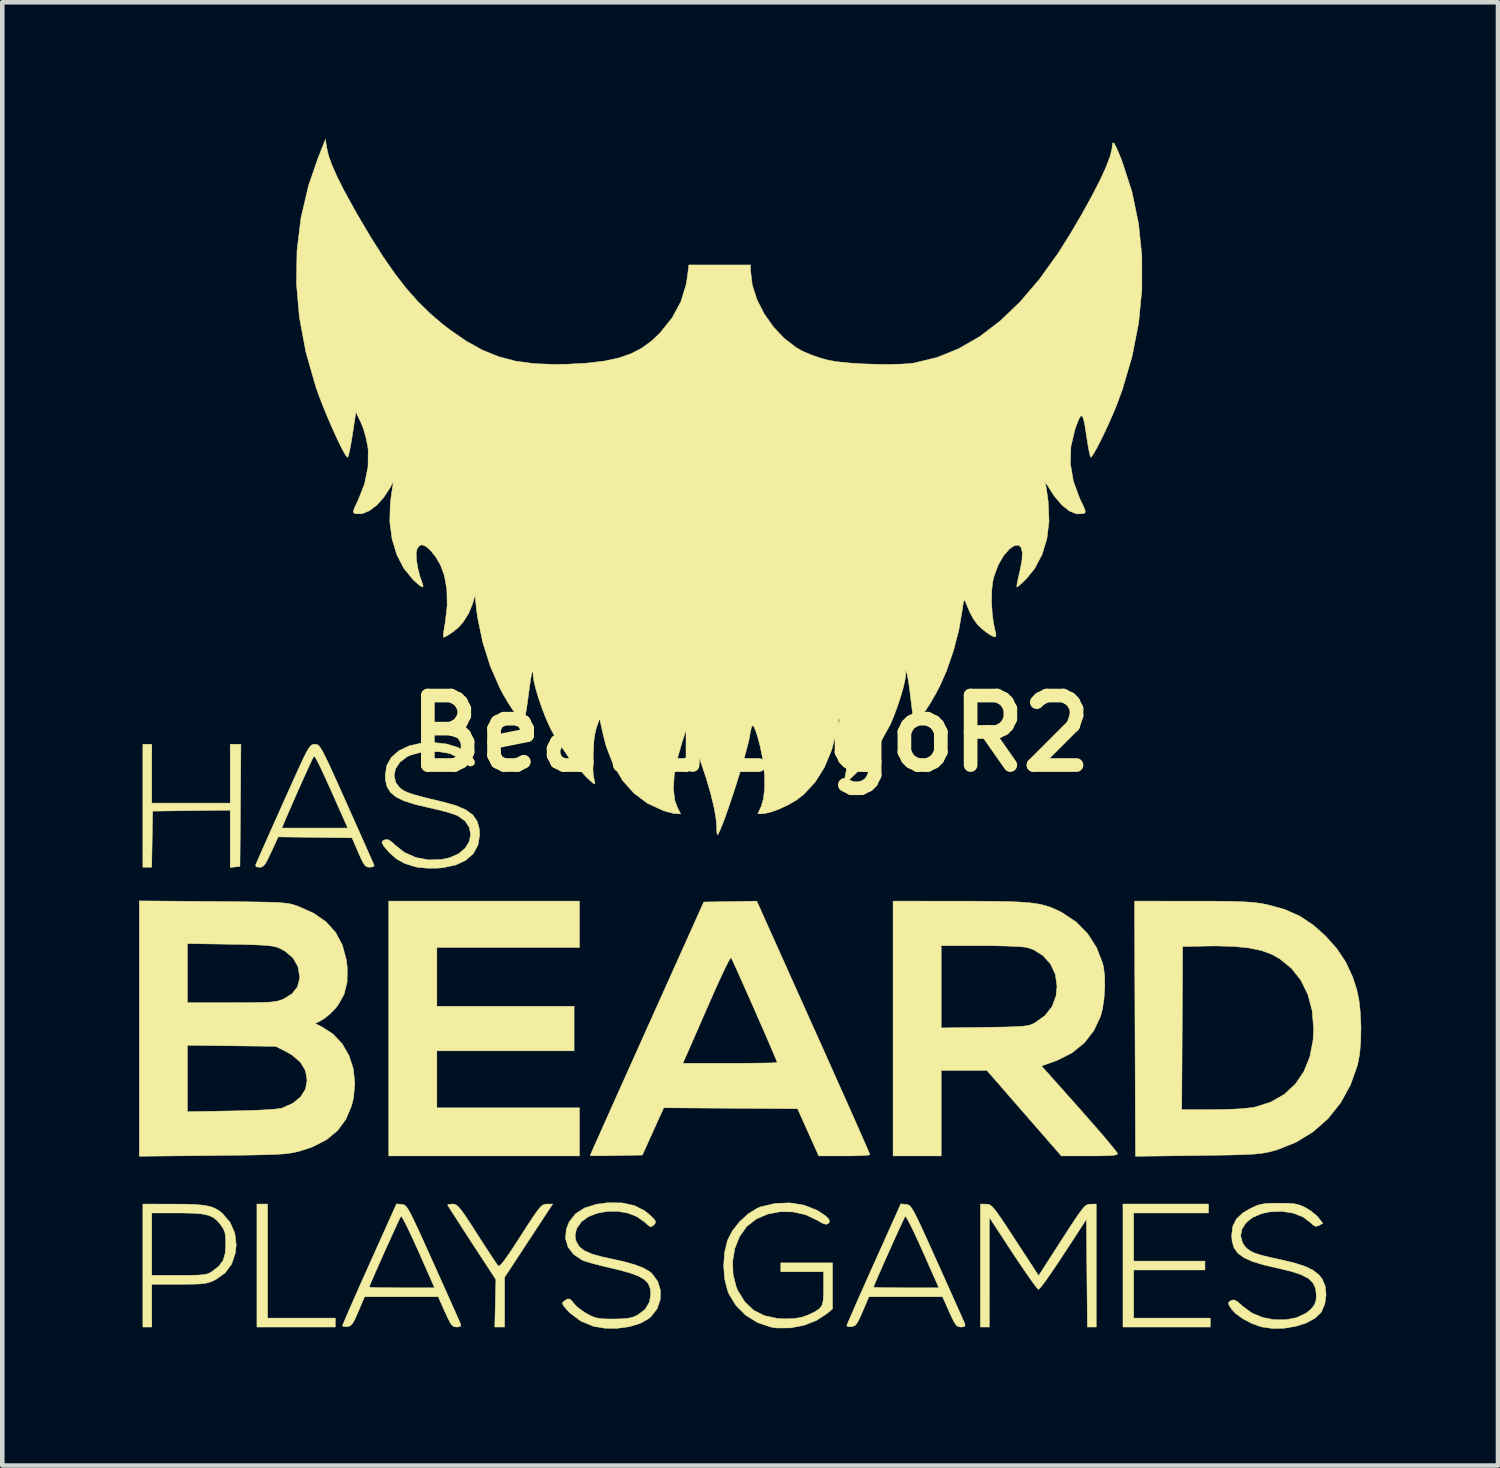
<source format=kicad_pcb>
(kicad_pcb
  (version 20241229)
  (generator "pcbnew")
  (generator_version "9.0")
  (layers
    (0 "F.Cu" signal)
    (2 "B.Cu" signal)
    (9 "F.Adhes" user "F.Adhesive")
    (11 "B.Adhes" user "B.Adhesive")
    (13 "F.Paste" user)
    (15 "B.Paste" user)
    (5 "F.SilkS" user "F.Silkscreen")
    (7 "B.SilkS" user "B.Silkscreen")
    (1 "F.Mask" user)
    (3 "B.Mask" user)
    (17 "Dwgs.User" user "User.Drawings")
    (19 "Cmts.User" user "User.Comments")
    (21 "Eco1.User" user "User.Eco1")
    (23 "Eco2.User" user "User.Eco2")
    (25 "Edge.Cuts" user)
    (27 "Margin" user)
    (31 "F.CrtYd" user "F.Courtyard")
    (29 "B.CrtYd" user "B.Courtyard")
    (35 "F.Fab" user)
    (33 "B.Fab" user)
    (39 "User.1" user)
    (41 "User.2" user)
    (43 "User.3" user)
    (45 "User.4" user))
  (footprint "BeardLogoR2"
    (layer "F.Cu")
    (at 13.408 13.037)
    (property "Reference" "BeardLogoR2" (at 0 0 0) (layer "F.SilkS") (effects (font (size 1.524 1.524) (thickness 0.3))))
    (attr through_hole)
    (fp_poly (pts (xy -10.59 12.817) (xy -9.105 12.817) (xy -9.105 13.013) (xy -10.824 13.013) (xy -10.824 10.316) (xy -10.59 10.316) (xy -10.59 12.817)) (stroke (width 0.01) (type solid)) (fill yes) (layer "F.SilkS"))
    (fp_poly (pts (xy -3.751 4.689) (xy -6.878 4.689) (xy -6.878 5.979) (xy -3.869 5.979) (xy -3.869 6.956) (xy -6.878 6.956) (xy -6.878 8.206) (xy -3.751 8.206) (xy -3.751 9.261) (xy -7.933 9.261) (xy -7.933 3.673) (xy -3.751 3.673) (xy -3.751 4.689)) (stroke (width 0.01) (type solid)) (fill yes) (layer "F.SilkS"))
    (fp_poly (pts (xy 10.043 10.512) (xy 8.402 10.512) (xy 8.402 11.567) (xy 9.965 11.567) (xy 9.965 11.762) (xy 8.402 11.762) (xy 8.402 12.817) (xy 10.082 12.817) (xy 10.082 13.013) (xy 8.167 13.013) (xy 8.167 10.316) (xy 10.043 10.316) (xy 10.043 10.512)) (stroke (width 0.01) (type solid)) (fill yes) (layer "F.SilkS"))
    (fp_poly (pts (xy -13.13 1.524) (xy -11.41 1.524) (xy -11.41 0.234) (xy -11.175 0.234) (xy -11.196 2.911) (xy -11.303 2.924) (xy -11.41 2.936) (xy -11.41 1.679) (xy -12.26 1.689) (xy -13.11 1.7) (xy -13.121 2.315) (xy -13.132 2.931) (xy -13.325 2.931) (xy -13.325 0.234) (xy -13.13 0.234) (xy -13.13 1.524)) (stroke (width 0.01) (type solid)) (fill yes) (layer "F.SilkS"))
    (fp_poly (pts (xy 7.581 13.013) (xy 7.387 13.013) (xy 7.376 11.831) (xy 7.366 10.65) (xy 6.863 11.421) (xy 6.72 11.638) (xy 6.588 11.832) (xy 6.476 11.992) (xy 6.388 12.11) (xy 6.332 12.177) (xy 6.316 12.189) (xy 6.283 12.157) (xy 6.214 12.068) (xy 6.116 11.932) (xy 5.994 11.756) (xy 5.856 11.552) (xy 5.754 11.398) (xy 5.237 10.609) (xy 5.237 11.811) (xy 5.236 13.013) (xy 5.041 13.013) (xy 5.041 10.316) (xy 5.168 10.318) (xy 5.21 10.321) (xy 5.249 10.335) (xy 5.292 10.367) (xy 5.346 10.425) (xy 5.416 10.517) (xy 5.509 10.651) (xy 5.631 10.834) (xy 5.788 11.075) (xy 5.806 11.103) (xy 6.318 11.887) (xy 6.822 11.103) (xy 6.982 10.856) (xy 7.106 10.667) (xy 7.2 10.529) (xy 7.271 10.433) (xy 7.325 10.371) (xy 7.369 10.337) (xy 7.408 10.322) (xy 7.449 10.318) (xy 7.454 10.318) (xy 7.581 10.316) (xy 7.581 13.013)) (stroke (width 0.01) (type solid)) (fill yes) (layer "F.SilkS"))
    (fp_poly (pts (xy -4.866 11.119) (xy -5.393 11.922) (xy -5.393 13.013) (xy -5.5 13.013) (xy -5.608 13.013) (xy -5.596 12.492) (xy -5.584 11.972) (xy -6.114 11.16) (xy -6.259 10.937) (xy -6.389 10.735) (xy -6.498 10.565) (xy -6.581 10.436) (xy -6.631 10.355) (xy -6.643 10.333) (xy -6.609 10.321) (xy -6.529 10.316) (xy -6.487 10.321) (xy -6.446 10.341) (xy -6.398 10.384) (xy -6.336 10.459) (xy -6.254 10.575) (xy -6.145 10.74) (xy -6.002 10.963) (xy -5.997 10.971) (xy -5.866 11.174) (xy -5.747 11.357) (xy -5.648 11.507) (xy -5.575 11.615) (xy -5.536 11.67) (xy -5.534 11.672) (xy -5.508 11.672) (xy -5.461 11.63) (xy -5.391 11.541) (xy -5.291 11.4) (xy -5.159 11.201) (xy -5.041 11.018) (xy -4.892 10.786) (xy -4.777 10.611) (xy -4.691 10.487) (xy -4.626 10.403) (xy -4.576 10.353) (xy -4.534 10.327) (xy -4.493 10.318) (xy -4.465 10.317) (xy -4.339 10.316) (xy -4.866 11.119)) (stroke (width 0.01) (type solid)) (fill yes) (layer "F.SilkS"))
    (fp_poly (pts (xy -12.671 10.317) (xy -12.377 10.319) (xy -12.15 10.328) (xy -11.975 10.345) (xy -11.84 10.373) (xy -11.734 10.415) (xy -11.642 10.472) (xy -11.583 10.52) (xy -11.412 10.719) (xy -11.309 10.952) (xy -11.278 11.212) (xy -11.297 11.39) (xy -11.378 11.631) (xy -11.522 11.826) (xy -11.726 11.971) (xy -11.735 11.976) (xy -11.816 12.014) (xy -11.892 12.041) (xy -11.979 12.058) (xy -12.092 12.069) (xy -12.247 12.073) (xy -12.46 12.075) (xy -12.532 12.075) (xy -13.13 12.075) (xy -13.13 13.013) (xy -13.325 13.013) (xy -13.325 10.512) (xy -13.13 10.512) (xy -13.13 11.879) (xy -12.53 11.879) (xy -12.298 11.879) (xy -12.131 11.875) (xy -12.013 11.867) (xy -11.93 11.853) (xy -11.869 11.832) (xy -11.814 11.8) (xy -11.801 11.791) (xy -11.656 11.676) (xy -11.566 11.554) (xy -11.521 11.402) (xy -11.508 11.199) (xy -11.512 11.043) (xy -11.527 10.937) (xy -11.562 10.854) (xy -11.621 10.768) (xy -11.699 10.677) (xy -11.784 10.609) (xy -11.887 10.563) (xy -12.023 10.534) (xy -12.204 10.518) (xy -12.445 10.512) (xy -12.562 10.512) (xy -13.13 10.512) (xy -13.325 10.512) (xy -13.325 10.316) (xy -12.671 10.317)) (stroke (width 0.01) (type solid)) (fill yes) (layer "F.SilkS"))
    (fp_poly (pts (xy 1.173 10.34) (xy 1.454 10.451) (xy 1.519 10.489) (xy 1.655 10.584) (xy 1.723 10.656) (xy 1.729 10.713) (xy 1.704 10.743) (xy 1.656 10.761) (xy 1.586 10.741) (xy 1.474 10.678) (xy 1.467 10.673) (xy 1.21 10.551) (xy 0.932 10.488) (xy 0.648 10.484) (xy 0.374 10.537) (xy 0.126 10.644) (xy -0.081 10.806) (xy -0.085 10.811) (xy -0.242 11.031) (xy -0.345 11.292) (xy -0.393 11.576) (xy -0.382 11.865) (xy -0.31 12.142) (xy -0.279 12.213) (xy -0.126 12.461) (xy 0.069 12.645) (xy 0.309 12.766) (xy 0.597 12.826) (xy 0.762 12.833) (xy 0.961 12.826) (xy 1.115 12.801) (xy 1.254 12.752) (xy 1.269 12.746) (xy 1.415 12.676) (xy 1.511 12.612) (xy 1.567 12.537) (xy 1.593 12.431) (xy 1.602 12.275) (xy 1.602 12.166) (xy 1.602 11.801) (xy 0.664 11.801) (xy 0.664 11.606) (xy 1.798 11.606) (xy 1.798 12.615) (xy 1.671 12.722) (xy 1.441 12.871) (xy 1.167 12.976) (xy 0.872 13.032) (xy 0.579 13.034) (xy 0.446 13.014) (xy 0.153 12.915) (xy -0.106 12.754) (xy -0.319 12.541) (xy -0.474 12.287) (xy -0.502 12.218) (xy -0.567 11.961) (xy -0.589 11.671) (xy -0.569 11.379) (xy -0.506 11.118) (xy -0.503 11.109) (xy -0.397 10.903) (xy -0.24 10.704) (xy -0.052 10.532) (xy 0.146 10.409) (xy 0.217 10.379) (xy 0.538 10.303) (xy 0.862 10.29) (xy 1.173 10.34)) (stroke (width 0.01) (type solid)) (fill yes) (layer "F.SilkS"))
    (fp_poly (pts (xy -7.645 10.324) (xy -7.613 10.329) (xy -7.583 10.343) (xy -7.551 10.371) (xy -7.514 10.422) (xy -7.468 10.502) (xy -7.409 10.618) (xy -7.333 10.777) (xy -7.236 10.987) (xy -7.116 11.253) (xy -6.967 11.583) (xy -6.955 11.609) (xy -6.822 11.905) (xy -6.698 12.181) (xy -6.588 12.428) (xy -6.495 12.636) (xy -6.423 12.798) (xy -6.376 12.905) (xy -6.358 12.947) (xy -6.356 12.995) (xy -6.411 13.012) (xy -6.443 13.013) (xy -6.497 13.006) (xy -6.542 12.979) (xy -6.587 12.917) (xy -6.643 12.806) (xy -6.701 12.68) (xy -6.849 12.348) (xy -8.463 12.348) (xy -8.6 12.671) (xy -8.668 12.827) (xy -8.721 12.925) (xy -8.767 12.978) (xy -8.817 13.001) (xy -8.842 13.005) (xy -8.919 13.004) (xy -8.949 12.986) (xy -8.933 12.944) (xy -8.889 12.839) (xy -8.82 12.679) (xy -8.729 12.472) (xy -8.621 12.227) (xy -8.582 12.138) (xy -8.362 12.138) (xy -8.325 12.143) (xy -8.222 12.147) (xy -8.066 12.15) (xy -7.867 12.152) (xy -7.645 12.153) (xy -6.928 12.153) (xy -7.282 11.352) (xy -7.385 11.123) (xy -7.479 10.922) (xy -7.558 10.759) (xy -7.619 10.644) (xy -7.656 10.585) (xy -7.664 10.58) (xy -7.686 10.621) (xy -7.733 10.721) (xy -7.8 10.866) (xy -7.881 11.043) (xy -7.971 11.241) (xy -8.063 11.447) (xy -8.152 11.647) (xy -8.232 11.828) (xy -8.298 11.979) (xy -8.343 12.086) (xy -8.362 12.137) (xy -8.362 12.138) (xy -8.582 12.138) (xy -8.498 11.95) (xy -8.364 11.651) (xy -8.356 11.633) (xy -7.763 10.312) (xy -7.645 10.324)) (stroke (width 0.01) (type solid)) (fill yes) (layer "F.SilkS"))
    (fp_poly (pts (xy 3.414 10.324) (xy 3.446 10.329) (xy 3.476 10.343) (xy 3.507 10.371) (xy 3.544 10.422) (xy 3.591 10.502) (xy 3.65 10.618) (xy 3.726 10.777) (xy 3.823 10.987) (xy 3.943 11.253) (xy 4.092 11.583) (xy 4.104 11.609) (xy 4.237 11.905) (xy 4.36 12.181) (xy 4.471 12.428) (xy 4.564 12.636) (xy 4.636 12.798) (xy 4.683 12.905) (xy 4.701 12.947) (xy 4.703 12.995) (xy 4.648 13.012) (xy 4.616 13.013) (xy 4.561 13.006) (xy 4.517 12.979) (xy 4.472 12.917) (xy 4.415 12.806) (xy 4.358 12.68) (xy 4.21 12.348) (xy 2.596 12.348) (xy 2.459 12.671) (xy 2.39 12.827) (xy 2.338 12.925) (xy 2.292 12.978) (xy 2.241 13.001) (xy 2.217 13.005) (xy 2.139 13.004) (xy 2.11 12.986) (xy 2.125 12.944) (xy 2.169 12.839) (xy 2.239 12.679) (xy 2.329 12.472) (xy 2.438 12.227) (xy 2.477 12.14) (xy 2.696 12.14) (xy 2.733 12.144) (xy 2.836 12.147) (xy 2.993 12.15) (xy 3.191 12.152) (xy 3.413 12.153) (xy 4.131 12.153) (xy 3.776 11.353) (xy 3.673 11.124) (xy 3.579 10.923) (xy 3.499 10.76) (xy 3.438 10.644) (xy 3.401 10.586) (xy 3.393 10.581) (xy 3.372 10.622) (xy 3.325 10.721) (xy 3.258 10.865) (xy 3.177 11.043) (xy 3.088 11.241) (xy 2.996 11.447) (xy 2.907 11.647) (xy 2.827 11.829) (xy 2.761 11.98) (xy 2.716 12.087) (xy 2.697 12.138) (xy 2.696 12.14) (xy 2.477 12.14) (xy 2.561 11.95) (xy 2.695 11.651) (xy 2.703 11.633) (xy 3.296 10.312) (xy 3.414 10.324)) (stroke (width 0.01) (type solid)) (fill yes) (layer "F.SilkS"))
    (fp_poly (pts (xy 9.691 3.674) (xy 10.055 3.674) (xy 10.352 3.676) (xy 10.591 3.68) (xy 10.784 3.687) (xy 10.941 3.696) (xy 11.073 3.708) (xy 11.189 3.724) (xy 11.301 3.744) (xy 11.324 3.749) (xy 11.707 3.853) (xy 12.039 3.999) (xy 12.342 4.2) (xy 12.605 4.434) (xy 12.859 4.718) (xy 13.054 5.012) (xy 13.205 5.34) (xy 13.293 5.609) (xy 13.342 5.844) (xy 13.373 6.129) (xy 13.386 6.437) (xy 13.381 6.746) (xy 13.357 7.028) (xy 13.313 7.261) (xy 13.311 7.268) (xy 13.155 7.707) (xy 12.938 8.099) (xy 12.664 8.442) (xy 12.338 8.73) (xy 11.963 8.96) (xy 11.545 9.127) (xy 11.461 9.151) (xy 11.373 9.174) (xy 11.284 9.192) (xy 11.184 9.207) (xy 11.065 9.219) (xy 10.916 9.228) (xy 10.729 9.235) (xy 10.492 9.241) (xy 10.198 9.246) (xy 9.836 9.251) (xy 9.799 9.252) (xy 8.442 9.269) (xy 8.438 8.245) (xy 9.456 8.245) (xy 10.13 8.245) (xy 10.473 8.24) (xy 10.759 8.226) (xy 10.98 8.203) (xy 11.07 8.188) (xy 11.411 8.079) (xy 11.704 7.911) (xy 11.946 7.687) (xy 12.134 7.411) (xy 12.265 7.087) (xy 12.336 6.719) (xy 12.348 6.467) (xy 12.316 6.078) (xy 12.222 5.724) (xy 12.07 5.411) (xy 11.862 5.147) (xy 11.603 4.936) (xy 11.425 4.838) (xy 11.206 4.758) (xy 10.936 4.701) (xy 10.61 4.668) (xy 10.219 4.656) (xy 9.983 4.659) (xy 9.476 4.67) (xy 9.466 6.457) (xy 9.456 8.245) (xy 8.438 8.245) (xy 8.431 6.471) (xy 8.421 3.673) (xy 9.691 3.674)) (stroke (width 0.01) (type solid)) (fill yes) (layer "F.SilkS"))
    (fp_poly (pts (xy 4.582 3.674) (xy 5.007 3.675) (xy 5.362 3.678) (xy 5.657 3.683) (xy 5.9 3.693) (xy 6.1 3.708) (xy 6.266 3.728) (xy 6.406 3.756) (xy 6.53 3.791) (xy 6.645 3.836) (xy 6.761 3.89) (xy 6.84 3.931) (xy 7.142 4.132) (xy 7.394 4.39) (xy 7.589 4.694) (xy 7.72 5.033) (xy 7.742 5.124) (xy 7.766 5.32) (xy 7.769 5.558) (xy 7.752 5.808) (xy 7.718 6.039) (xy 7.678 6.194) (xy 7.529 6.512) (xy 7.32 6.781) (xy 7.052 6.999) (xy 6.727 7.164) (xy 6.662 7.188) (xy 6.381 7.288) (xy 7.216 8.226) (xy 7.418 8.455) (xy 7.604 8.667) (xy 7.765 8.855) (xy 7.895 9.011) (xy 7.99 9.127) (xy 8.042 9.196) (xy 8.05 9.212) (xy 8.03 9.232) (xy 7.965 9.246) (xy 7.847 9.255) (xy 7.667 9.26) (xy 7.433 9.261) (xy 6.816 9.261) (xy 5.999 8.323) (xy 5.183 7.386) (xy 4.181 7.386) (xy 4.181 9.261) (xy 3.126 9.261) (xy 3.126 6.454) (xy 4.181 6.454) (xy 5.129 6.441) (xy 5.428 6.437) (xy 5.66 6.432) (xy 5.835 6.425) (xy 5.964 6.417) (xy 6.059 6.405) (xy 6.129 6.389) (xy 6.186 6.367) (xy 6.233 6.344) (xy 6.456 6.185) (xy 6.612 5.987) (xy 6.7 5.75) (xy 6.721 5.538) (xy 6.685 5.283) (xy 6.581 5.057) (xy 6.419 4.872) (xy 6.207 4.739) (xy 6.076 4.693) (xy 5.988 4.679) (xy 5.833 4.668) (xy 5.626 4.659) (xy 5.378 4.653) (xy 5.102 4.65) (xy 5.051 4.65) (xy 4.181 4.65) (xy 4.181 6.454) (xy 3.126 6.454) (xy 3.126 3.673) (xy 4.582 3.674)) (stroke (width 0.01) (type solid)) (fill yes) (layer "F.SilkS"))
    (fp_poly (pts (xy -9.524 0.236) (xy -9.495 0.245) (xy -9.466 0.267) (xy -9.431 0.311) (xy -9.388 0.382) (xy -9.334 0.487) (xy -9.263 0.633) (xy -9.173 0.828) (xy -9.06 1.077) (xy -8.921 1.388) (xy -8.851 1.545) (xy -8.717 1.844) (xy -8.593 2.122) (xy -8.483 2.369) (xy -8.39 2.578) (xy -8.318 2.741) (xy -8.271 2.848) (xy -8.252 2.893) (xy -8.252 2.893) (xy -8.275 2.92) (xy -8.349 2.93) (xy -8.405 2.924) (xy -8.45 2.896) (xy -8.494 2.833) (xy -8.55 2.721) (xy -8.599 2.608) (xy -8.739 2.286) (xy -9.548 2.275) (xy -10.358 2.265) (xy -10.511 2.598) (xy -10.586 2.755) (xy -10.641 2.854) (xy -10.687 2.907) (xy -10.733 2.928) (xy -10.768 2.931) (xy -10.841 2.921) (xy -10.852 2.881) (xy -10.846 2.862) (xy -10.824 2.812) (xy -10.774 2.699) (xy -10.7 2.531) (xy -10.605 2.318) (xy -10.496 2.071) (xy -10.278 2.071) (xy -8.832 2.071) (xy -8.932 1.846) (xy -9.093 1.483) (xy -9.226 1.186) (xy -9.333 0.95) (xy -9.417 0.769) (xy -9.48 0.639) (xy -9.526 0.553) (xy -9.556 0.507) (xy -9.573 0.495) (xy -9.575 0.496) (xy -9.599 0.539) (xy -9.647 0.642) (xy -9.717 0.792) (xy -9.801 0.979) (xy -9.895 1.189) (xy -9.994 1.412) (xy -10.091 1.635) (xy -10.183 1.846) (xy -10.224 1.944) (xy -10.278 2.071) (xy -10.496 2.071) (xy -10.494 2.068) (xy -10.369 1.789) (xy -10.247 1.514) (xy -10.096 1.179) (xy -9.974 0.908) (xy -9.876 0.694) (xy -9.8 0.531) (xy -9.74 0.412) (xy -9.693 0.33) (xy -9.656 0.279) (xy -9.625 0.25) (xy -9.596 0.238) (xy -9.566 0.235) (xy -9.555 0.235) (xy -9.524 0.236)) (stroke (width 0.01) (type solid)) (fill yes) (layer "F.SilkS"))
    (fp_poly (pts (xy 1.377 6.438) (xy 1.574 6.876) (xy 1.76 7.293) (xy 1.935 7.685) (xy 2.095 8.044) (xy 2.239 8.366) (xy 2.363 8.646) (xy 2.465 8.878) (xy 2.543 9.056) (xy 2.595 9.175) (xy 2.617 9.23) (xy 2.618 9.233) (xy 2.581 9.243) (xy 2.48 9.251) (xy 2.329 9.258) (xy 2.14 9.261) (xy 2.057 9.261) (xy 1.496 9.261) (xy 1.264 8.743) (xy 1.031 8.226) (xy -0.436 8.215) (xy -1.903 8.205) (xy -2.137 8.723) (xy -2.372 9.242) (xy -2.944 9.253) (xy -3.146 9.256) (xy -3.316 9.257) (xy -3.442 9.256) (xy -3.509 9.253) (xy -3.517 9.251) (xy -3.501 9.215) (xy -3.456 9.112) (xy -3.384 8.95) (xy -3.286 8.732) (xy -3.167 8.464) (xy -3.028 8.153) (xy -2.871 7.803) (xy -2.699 7.42) (xy -2.613 7.229) (xy -1.484 7.229) (xy -0.449 7.229) (xy -0.174 7.229) (xy 0.074 7.227) (xy 0.284 7.224) (xy 0.446 7.221) (xy 0.55 7.217) (xy 0.586 7.213) (xy 0.571 7.171) (xy 0.528 7.069) (xy 0.463 6.916) (xy 0.38 6.723) (xy 0.284 6.501) (xy 0.178 6.261) (xy 0.069 6.011) (xy -0.041 5.764) (xy -0.145 5.53) (xy -0.239 5.319) (xy -0.319 5.141) (xy -0.38 5.008) (xy -0.418 4.929) (xy -0.427 4.912) (xy -0.45 4.938) (xy -0.499 5.027) (xy -0.57 5.17) (xy -0.658 5.358) (xy -0.761 5.582) (xy -0.871 5.831) (xy -0.988 6.098) (xy -1.1 6.354) (xy -1.201 6.586) (xy -1.287 6.782) (xy -1.351 6.929) (xy -1.385 7.005) (xy -1.484 7.229) (xy -2.613 7.229) (xy -2.514 7.009) (xy -2.32 6.575) (xy -2.271 6.466) (xy -1.025 3.693) (xy 0.137 3.673) (xy 1.377 6.438)) (stroke (width 0.01) (type solid)) (fill yes) (layer "F.SilkS"))
    (fp_poly (pts (xy -6.675 0.225) (xy -6.425 0.3) (xy -6.232 0.409) (xy -6.101 0.524) (xy -6.046 0.615) (xy -6.064 0.681) (xy -6.091 0.701) (xy -6.149 0.715) (xy -6.214 0.687) (xy -6.303 0.611) (xy -6.43 0.518) (xy -6.579 0.444) (xy -6.62 0.431) (xy -6.817 0.398) (xy -7.04 0.395) (xy -7.262 0.42) (xy -7.452 0.471) (xy -7.529 0.505) (xy -7.687 0.626) (xy -7.783 0.768) (xy -7.815 0.92) (xy -7.78 1.069) (xy -7.704 1.173) (xy -7.654 1.217) (xy -7.596 1.256) (xy -7.517 1.292) (xy -7.407 1.33) (xy -7.255 1.373) (xy -7.05 1.425) (xy -6.781 1.49) (xy -6.747 1.497) (xy -6.46 1.578) (xy -6.244 1.671) (xy -6.091 1.783) (xy -5.995 1.92) (xy -5.948 2.088) (xy -5.94 2.216) (xy -5.976 2.441) (xy -6.077 2.629) (xy -6.243 2.777) (xy -6.467 2.882) (xy -6.749 2.941) (xy -6.858 2.95) (xy -7.083 2.952) (xy -7.283 2.934) (xy -7.366 2.917) (xy -7.588 2.845) (xy -7.76 2.75) (xy -7.913 2.616) (xy -7.945 2.581) (xy -8.04 2.47) (xy -8.081 2.398) (xy -8.07 2.354) (xy -8.012 2.325) (xy -8.011 2.325) (xy -7.939 2.328) (xy -7.854 2.386) (xy -7.806 2.434) (xy -7.594 2.603) (xy -7.34 2.716) (xy -7.06 2.769) (xy -6.769 2.759) (xy -6.6 2.722) (xy -6.402 2.635) (xy -6.257 2.513) (xy -6.168 2.368) (xy -6.137 2.212) (xy -6.166 2.058) (xy -6.258 1.918) (xy -6.415 1.805) (xy -6.427 1.798) (xy -6.529 1.76) (xy -6.685 1.713) (xy -6.873 1.665) (xy -7.047 1.625) (xy -7.358 1.552) (xy -7.598 1.475) (xy -7.775 1.388) (xy -7.896 1.287) (xy -7.971 1.166) (xy -8.006 1.018) (xy -8.01 0.918) (xy -7.978 0.702) (xy -7.879 0.523) (xy -7.71 0.375) (xy -7.709 0.375) (xy -7.488 0.269) (xy -7.228 0.21) (xy -6.95 0.195) (xy -6.675 0.225)) (stroke (width 0.01) (type solid)) (fill yes) (layer "F.SilkS"))
    (fp_poly (pts (xy 11.778 10.299) (xy 11.915 10.309) (xy 12.019 10.331) (xy 12.114 10.368) (xy 12.169 10.394) (xy 12.298 10.476) (xy 12.413 10.571) (xy 12.454 10.616) (xy 12.549 10.74) (xy 12.466 10.785) (xy 12.399 10.807) (xy 12.339 10.779) (xy 12.292 10.733) (xy 12.121 10.602) (xy 11.9 10.515) (xy 11.648 10.476) (xy 11.382 10.488) (xy 11.207 10.526) (xy 11.01 10.61) (xy 10.865 10.727) (xy 10.775 10.866) (xy 10.748 11.015) (xy 10.788 11.165) (xy 10.839 11.242) (xy 10.898 11.302) (xy 10.969 11.351) (xy 11.065 11.395) (xy 11.2 11.438) (xy 11.385 11.484) (xy 11.634 11.539) (xy 11.656 11.543) (xy 11.947 11.613) (xy 12.17 11.687) (xy 12.339 11.77) (xy 12.464 11.869) (xy 12.536 11.958) (xy 12.602 12.116) (xy 12.621 12.308) (xy 12.594 12.503) (xy 12.522 12.675) (xy 12.507 12.697) (xy 12.375 12.822) (xy 12.186 12.924) (xy 11.957 12.997) (xy 11.706 13.039) (xy 11.451 13.045) (xy 11.21 13.011) (xy 11.173 13.001) (xy 10.976 12.927) (xy 10.788 12.826) (xy 10.633 12.712) (xy 10.553 12.625) (xy 10.493 12.535) (xy 10.479 12.484) (xy 10.51 12.449) (xy 10.545 12.429) (xy 10.597 12.417) (xy 10.658 12.442) (xy 10.746 12.514) (xy 10.798 12.563) (xy 10.995 12.706) (xy 11.227 12.803) (xy 11.479 12.852) (xy 11.732 12.854) (xy 11.971 12.808) (xy 12.178 12.713) (xy 12.294 12.618) (xy 12.368 12.523) (xy 12.401 12.422) (xy 12.407 12.311) (xy 12.39 12.166) (xy 12.336 12.047) (xy 12.235 11.949) (xy 12.08 11.867) (xy 11.863 11.794) (xy 11.577 11.726) (xy 11.567 11.724) (xy 11.247 11.649) (xy 10.999 11.573) (xy 10.813 11.488) (xy 10.683 11.39) (xy 10.601 11.273) (xy 10.56 11.132) (xy 10.551 11) (xy 10.575 10.804) (xy 10.653 10.645) (xy 10.794 10.512) (xy 10.961 10.414) (xy 11.078 10.359) (xy 11.178 10.325) (xy 11.287 10.306) (xy 11.43 10.298) (xy 11.587 10.297) (xy 11.778 10.299)) (stroke (width 0.01) (type solid)) (fill yes) (layer "F.SilkS"))
    (fp_poly (pts (xy -2.819 10.291) (xy -2.549 10.349) (xy -2.322 10.463) (xy -2.214 10.551) (xy -2.124 10.638) (xy -2.084 10.693) (xy -2.086 10.732) (xy -2.12 10.772) (xy -2.165 10.809) (xy -2.206 10.809) (xy -2.267 10.762) (xy -2.319 10.713) (xy -2.489 10.592) (xy -2.693 10.513) (xy -2.916 10.475) (xy -3.144 10.477) (xy -3.362 10.517) (xy -3.555 10.593) (xy -3.709 10.703) (xy -3.808 10.847) (xy -3.819 10.877) (xy -3.847 10.995) (xy -3.835 11.096) (xy -3.811 11.16) (xy -3.747 11.259) (xy -3.64 11.341) (xy -3.48 11.411) (xy -3.258 11.473) (xy -3.107 11.506) (xy -2.788 11.576) (xy -2.538 11.646) (xy -2.35 11.718) (xy -2.214 11.796) (xy -2.159 11.843) (xy -2.034 12.015) (xy -1.974 12.211) (xy -1.98 12.415) (xy -2.048 12.611) (xy -2.179 12.782) (xy -2.239 12.833) (xy -2.423 12.934) (xy -2.658 13.005) (xy -2.921 13.041) (xy -3.188 13.04) (xy -3.438 12.999) (xy -3.441 12.998) (xy -3.721 12.883) (xy -3.962 12.702) (xy -4.027 12.633) (xy -4.1 12.546) (xy -4.125 12.496) (xy -4.108 12.461) (xy -4.081 12.439) (xy -4.008 12.396) (xy -3.954 12.404) (xy -3.893 12.47) (xy -3.874 12.497) (xy -3.796 12.577) (xy -3.678 12.666) (xy -3.588 12.722) (xy -3.482 12.777) (xy -3.388 12.811) (xy -3.283 12.829) (xy -3.141 12.836) (xy -3.009 12.837) (xy -2.819 12.833) (xy -2.684 12.821) (xy -2.581 12.797) (xy -2.486 12.755) (xy -2.472 12.748) (xy -2.31 12.624) (xy -2.215 12.462) (xy -2.188 12.289) (xy -2.201 12.161) (xy -2.245 12.056) (xy -2.33 11.969) (xy -2.462 11.893) (xy -2.651 11.824) (xy -2.906 11.755) (xy -3.05 11.721) (xy -3.253 11.673) (xy -3.439 11.625) (xy -3.589 11.582) (xy -3.684 11.549) (xy -3.692 11.545) (xy -3.88 11.419) (xy -4.003 11.257) (xy -4.057 11.069) (xy -4.039 10.864) (xy -3.976 10.707) (xy -3.839 10.532) (xy -3.639 10.402) (xy -3.377 10.32) (xy -3.14 10.288) (xy -2.819 10.291)) (stroke (width 0.01) (type solid)) (fill yes) (layer "F.SilkS"))
    (fp_poly (pts (xy -11.791 3.681) (xy -11.393 3.684) (xy -11.065 3.688) (xy -10.799 3.692) (xy -10.586 3.696) (xy -10.418 3.702) (xy -10.288 3.71) (xy -10.187 3.719) (xy -10.107 3.732) (xy -10.04 3.748) (xy -9.977 3.767) (xy -9.926 3.785) (xy -9.583 3.937) (xy -9.308 4.128) (xy -9.098 4.361) (xy -8.95 4.639) (xy -8.863 4.963) (xy -8.842 5.141) (xy -8.847 5.451) (xy -8.914 5.72) (xy -9.047 5.956) (xy -9.109 6.032) (xy -9.221 6.145) (xy -9.339 6.243) (xy -9.41 6.288) (xy -9.549 6.359) (xy -9.409 6.425) (xy -9.159 6.586) (xy -8.956 6.8) (xy -8.806 7.058) (xy -8.711 7.349) (xy -8.677 7.662) (xy -8.706 7.988) (xy -8.749 8.163) (xy -8.874 8.458) (xy -9.055 8.704) (xy -9.296 8.904) (xy -9.599 9.06) (xy -9.868 9.15) (xy -9.949 9.171) (xy -10.03 9.189) (xy -10.118 9.203) (xy -10.221 9.215) (xy -10.35 9.224) (xy -10.511 9.231) (xy -10.713 9.237) (xy -10.966 9.242) (xy -11.277 9.246) (xy -11.655 9.25) (xy -11.791 9.252) (xy -13.403 9.268) (xy -13.403 8.291) (xy -12.348 8.291) (xy -11.381 8.274) (xy -11.068 8.267) (xy -10.792 8.257) (xy -10.564 8.245) (xy -10.393 8.231) (xy -10.288 8.216) (xy -10.273 8.212) (xy -10.038 8.107) (xy -9.866 7.967) (xy -9.759 7.795) (xy -9.724 7.6) (xy -9.76 7.39) (xy -9.87 7.206) (xy -10.054 7.048) (xy -10.181 6.975) (xy -10.414 6.858) (xy -12.348 6.834) (xy -12.348 8.291) (xy -13.403 8.291) (xy -13.403 5.901) (xy -12.348 5.901) (xy -11.388 5.901) (xy -11.086 5.9) (xy -10.851 5.898) (xy -10.672 5.894) (xy -10.538 5.888) (xy -10.438 5.877) (xy -10.36 5.862) (xy -10.294 5.841) (xy -10.236 5.818) (xy -10.054 5.705) (xy -9.936 5.555) (xy -9.888 5.372) (xy -9.886 5.338) (xy -9.922 5.115) (xy -10.027 4.927) (xy -10.2 4.775) (xy -10.336 4.702) (xy -10.399 4.68) (xy -10.477 4.662) (xy -10.582 4.648) (xy -10.725 4.638) (xy -10.916 4.63) (xy -11.165 4.623) (xy -11.42 4.619) (xy -12.348 4.604) (xy -12.348 5.901) (xy -13.403 5.901) (xy -13.403 3.668) (xy -11.791 3.681)) (stroke (width 0.01) (type solid)) (fill yes) (layer "F.SilkS"))
    (fp_poly (pts (xy -9.295 -12.854) (xy -9.256 -12.681) (xy -9.18 -12.469) (xy -9.066 -12.212) (xy -8.912 -11.905) (xy -8.713 -11.543) (xy -8.621 -11.38) (xy -8.33 -10.887) (xy -8.058 -10.458) (xy -7.8 -10.086) (xy -7.547 -9.76) (xy -7.293 -9.473) (xy -7.03 -9.215) (xy -6.752 -8.977) (xy -6.599 -8.859) (xy -6.234 -8.607) (xy -5.881 -8.411) (xy -5.524 -8.266) (xy -5.15 -8.168) (xy -4.742 -8.113) (xy -4.285 -8.096) (xy -4.017 -8.1) (xy -3.578 -8.125) (xy -3.205 -8.17) (xy -2.887 -8.238) (xy -2.614 -8.333) (xy -2.375 -8.459) (xy -2.159 -8.619) (xy -1.982 -8.789) (xy -1.718 -9.119) (xy -1.528 -9.47) (xy -1.414 -9.839) (xy -1.393 -9.964) (xy -1.351 -10.277) (xy 0 -10.277) (xy 0.001 -10.15) (xy 0.038 -9.839) (xy 0.14 -9.52) (xy 0.298 -9.208) (xy 0.502 -8.918) (xy 0.742 -8.664) (xy 1.008 -8.461) (xy 1.148 -8.383) (xy 1.335 -8.304) (xy 1.546 -8.231) (xy 1.719 -8.185) (xy 1.918 -8.153) (xy 2.172 -8.127) (xy 2.459 -8.109) (xy 2.759 -8.098) (xy 3.052 -8.096) (xy 3.315 -8.103) (xy 3.53 -8.119) (xy 3.587 -8.127) (xy 4.081 -8.246) (xy 4.561 -8.439) (xy 5.026 -8.707) (xy 5.477 -9.051) (xy 5.914 -9.47) (xy 6.337 -9.966) (xy 6.748 -10.538) (xy 7.012 -10.958) (xy 7.272 -11.402) (xy 7.49 -11.797) (xy 7.667 -12.141) (xy 7.799 -12.43) (xy 7.887 -12.663) (xy 7.929 -12.838) (xy 7.933 -12.89) (xy 7.94 -12.953) (xy 7.965 -12.952) (xy 8.007 -12.884) (xy 8.069 -12.745) (xy 8.145 -12.557) (xy 8.363 -11.885) (xy 8.508 -11.189) (xy 8.581 -10.474) (xy 8.582 -9.748) (xy 8.512 -9.013) (xy 8.369 -8.277) (xy 8.154 -7.545) (xy 8.029 -7.204) (xy 7.95 -7.014) (xy 7.861 -6.811) (xy 7.768 -6.61) (xy 7.677 -6.423) (xy 7.593 -6.262) (xy 7.524 -6.139) (xy 7.476 -6.069) (xy 7.46 -6.057) (xy 7.446 -6.093) (xy 7.424 -6.192) (xy 7.397 -6.34) (xy 7.369 -6.521) (xy 7.365 -6.545) (xy 7.332 -6.761) (xy 7.302 -6.901) (xy 7.272 -6.967) (xy 7.238 -6.961) (xy 7.195 -6.885) (xy 7.139 -6.74) (xy 7.111 -6.659) (xy 7.025 -6.292) (xy 7.015 -5.914) (xy 7.08 -5.532) (xy 7.22 -5.152) (xy 7.241 -5.11) (xy 7.306 -4.975) (xy 7.337 -4.894) (xy 7.339 -4.85) (xy 7.315 -4.829) (xy 7.299 -4.823) (xy 7.152 -4.817) (xy 6.994 -4.88) (xy 6.83 -5.01) (xy 6.668 -5.2) (xy 6.58 -5.334) (xy 6.515 -5.438) (xy 6.472 -5.497) (xy 6.461 -5.502) (xy 6.462 -5.497) (xy 6.478 -5.427) (xy 6.498 -5.302) (xy 6.52 -5.143) (xy 6.529 -5.065) (xy 6.546 -4.66) (xy 6.5 -4.278) (xy 6.394 -3.928) (xy 6.231 -3.619) (xy 6.043 -3.39) (xy 5.947 -3.297) (xy 5.874 -3.234) (xy 5.839 -3.214) (xy 5.839 -3.214) (xy 5.841 -3.256) (xy 5.859 -3.356) (xy 5.89 -3.495) (xy 5.908 -3.57) (xy 5.952 -3.799) (xy 5.96 -3.972) (xy 5.933 -4.084) (xy 5.873 -4.134) (xy 5.781 -4.118) (xy 5.679 -4.05) (xy 5.55 -3.903) (xy 5.435 -3.703) (xy 5.346 -3.472) (xy 5.313 -3.341) (xy 5.29 -3.149) (xy 5.285 -2.912) (xy 5.298 -2.663) (xy 5.326 -2.433) (xy 5.356 -2.292) (xy 5.378 -2.193) (xy 5.381 -2.129) (xy 5.378 -2.122) (xy 5.332 -2.125) (xy 5.248 -2.17) (xy 5.145 -2.241) (xy 5.043 -2.327) (xy 4.975 -2.395) (xy 4.89 -2.51) (xy 4.81 -2.659) (xy 4.724 -2.862) (xy 4.706 -2.911) (xy 4.687 -2.927) (xy 4.667 -2.872) (xy 4.647 -2.743) (xy 4.642 -2.703) (xy 4.567 -2.267) (xy 4.45 -1.816) (xy 4.3 -1.382) (xy 4.165 -1.073) (xy 4.061 -0.872) (xy 3.951 -0.682) (xy 3.844 -0.513) (xy 3.746 -0.378) (xy 3.666 -0.286) (xy 3.611 -0.249) (xy 3.6 -0.251) (xy 3.584 -0.295) (xy 3.563 -0.401) (xy 3.54 -0.553) (xy 3.518 -0.729) (xy 3.495 -0.92) (xy 3.472 -1.091) (xy 3.451 -1.221) (xy 3.437 -1.288) (xy 3.406 -1.387) (xy 3.403 -1.284) (xy 3.386 -1.165) (xy 3.345 -0.993) (xy 3.286 -0.791) (xy 3.215 -0.578) (xy 3.14 -0.374) (xy 3.065 -0.2) (xy 3.065 -0.199) (xy 2.813 0.258) (xy 2.509 0.663) (xy 2.304 0.879) (xy 2.175 1.002) (xy 2.094 1.07) (xy 2.055 1.088) (xy 2.052 1.06) (xy 2.053 1.056) (xy 2.103 0.79) (xy 2.112 0.487) (xy 2.081 0.174) (xy 2.011 -0.121) (xy 2.006 -0.135) (xy 1.94 -0.332) (xy 1.892 -0.078) (xy 1.781 0.355) (xy 1.622 0.737) (xy 1.418 1.063) (xy 1.173 1.328) (xy 1.001 1.461) (xy 0.83 1.56) (xy 0.641 1.649) (xy 0.457 1.717) (xy 0.304 1.754) (xy 0.25 1.758) (xy 0.16 1.758) (xy 0.236 1.592) (xy 0.285 1.422) (xy 0.309 1.196) (xy 0.308 0.932) (xy 0.281 0.648) (xy 0.254 0.483) (xy 0.21 0.273) (xy 0.162 0.089) (xy 0.116 -0.055) (xy 0.075 -0.148) (xy 0.044 -0.178) (xy 0.041 -0.177) (xy 0.019 -0.13) (xy -0.005 -0.032) (xy -0.015 0.036) (xy -0.039 0.16) (xy -0.083 0.335) (xy -0.142 0.549) (xy -0.213 0.79) (xy -0.292 1.045) (xy -0.375 1.303) (xy -0.458 1.552) (xy -0.537 1.778) (xy -0.608 1.971) (xy -0.668 2.117) (xy -0.711 2.205) (xy -0.723 2.221) (xy -0.734 2.197) (xy -0.741 2.116) (xy -0.742 2.04) (xy -0.759 1.846) (xy -0.805 1.595) (xy -0.877 1.302) (xy -0.972 0.979) (xy -1.084 0.641) (xy -1.211 0.301) (xy -1.319 0.04) (xy -1.394 -0.136) (xy -1.497 0.176) (xy -1.609 0.567) (xy -1.673 0.916) (xy -1.691 1.217) (xy -1.66 1.465) (xy -1.61 1.604) (xy -1.534 1.758) (xy -1.62 1.758) (xy -1.705 1.746) (xy -1.83 1.714) (xy -1.923 1.684) (xy -2.261 1.528) (xy -2.556 1.308) (xy -2.806 1.026) (xy -3.009 0.684) (xy -3.163 0.285) (xy -3.226 0.046) (xy -3.309 -0.33) (xy -3.383 -0.116) (xy -3.418 0.031) (xy -3.443 0.229) (xy -3.458 0.452) (xy -3.46 0.675) (xy -3.451 0.874) (xy -3.427 1.023) (xy -3.424 1.036) (xy -3.411 1.09) (xy -3.42 1.107) (xy -3.46 1.081) (xy -3.54 1.009) (xy -3.614 0.938) (xy -3.978 0.535) (xy -4.279 0.089) (xy -4.398 -0.137) (xy -4.486 -0.334) (xy -4.571 -0.553) (xy -4.648 -0.776) (xy -4.71 -0.985) (xy -4.752 -1.159) (xy -4.767 -1.281) (xy -4.771 -1.361) (xy -4.783 -1.368) (xy -4.801 -1.305) (xy -4.824 -1.176) (xy -4.852 -0.985) (xy -4.877 -0.796) (xy -4.904 -0.601) (xy -4.931 -0.438) (xy -4.957 -0.32) (xy -4.977 -0.26) (xy -4.983 -0.256) (xy -5.035 -0.291) (xy -5.114 -0.381) (xy -5.211 -0.515) (xy -5.317 -0.679) (xy -5.423 -0.859) (xy -5.486 -0.977) (xy -5.703 -1.469) (xy -5.872 -2.002) (xy -5.986 -2.55) (xy -6.013 -2.759) (xy -6.042 -3.028) (xy -6.092 -2.857) (xy -6.179 -2.64) (xy -6.304 -2.441) (xy -6.414 -2.32) (xy -6.509 -2.243) (xy -6.609 -2.173) (xy -6.691 -2.126) (xy -6.736 -2.113) (xy -6.737 -2.115) (xy -6.737 -2.157) (xy -6.725 -2.258) (xy -6.702 -2.396) (xy -6.694 -2.442) (xy -6.652 -2.808) (xy -6.659 -3.154) (xy -6.713 -3.466) (xy -6.799 -3.697) (xy -6.897 -3.866) (xy -7.007 -4.006) (xy -7.114 -4.103) (xy -7.207 -4.142) (xy -7.214 -4.142) (xy -7.27 -4.11) (xy -7.314 -4.046) (xy -7.331 -3.946) (xy -7.323 -3.797) (xy -7.295 -3.622) (xy -7.249 -3.444) (xy -7.208 -3.331) (xy -7.179 -3.243) (xy -7.19 -3.212) (xy -7.245 -3.24) (xy -7.347 -3.326) (xy -7.404 -3.381) (xy -7.605 -3.629) (xy -7.759 -3.929) (xy -7.861 -4.271) (xy -7.91 -4.642) (xy -7.901 -5.03) (xy -7.894 -5.096) (xy -7.873 -5.257) (xy -7.852 -5.394) (xy -7.836 -5.484) (xy -7.832 -5.5) (xy -7.836 -5.507) (xy -7.87 -5.457) (xy -7.913 -5.379) (xy -8.046 -5.175) (xy -8.198 -5.008) (xy -8.358 -4.888) (xy -8.513 -4.822) (xy -8.653 -4.82) (xy -8.667 -4.823) (xy -8.701 -4.841) (xy -8.709 -4.874) (xy -8.689 -4.939) (xy -8.637 -5.052) (xy -8.608 -5.11) (xy -8.463 -5.477) (xy -8.388 -5.85) (xy -8.384 -6.214) (xy -8.394 -6.3) (xy -8.433 -6.492) (xy -8.49 -6.688) (xy -8.546 -6.828) (xy -8.654 -7.053) (xy -8.729 -6.555) (xy -8.76 -6.369) (xy -8.789 -6.214) (xy -8.814 -6.106) (xy -8.832 -6.058) (xy -8.834 -6.057) (xy -8.868 -6.091) (xy -8.926 -6.187) (xy -9.001 -6.332) (xy -9.088 -6.515) (xy -9.183 -6.724) (xy -9.279 -6.947) (xy -9.372 -7.173) (xy -9.456 -7.39) (xy -9.526 -7.586) (xy -9.532 -7.604) (xy -9.751 -8.37) (xy -9.892 -9.125) (xy -9.957 -9.867) (xy -9.945 -10.597) (xy -9.857 -11.314) (xy -9.692 -12.017) (xy -9.484 -12.622) (xy -9.321 -13.032) (xy -9.295 -12.854)) (stroke (width 0.01) (type solid)) (fill yes) (layer "F.SilkS")))
  (gr_rect
    (start -3 -3)
    (end 29.799 29.087)
    (stroke (width 0.1) (type default))
    (fill no)
    (layer "Edge.Cuts")))
</source>
